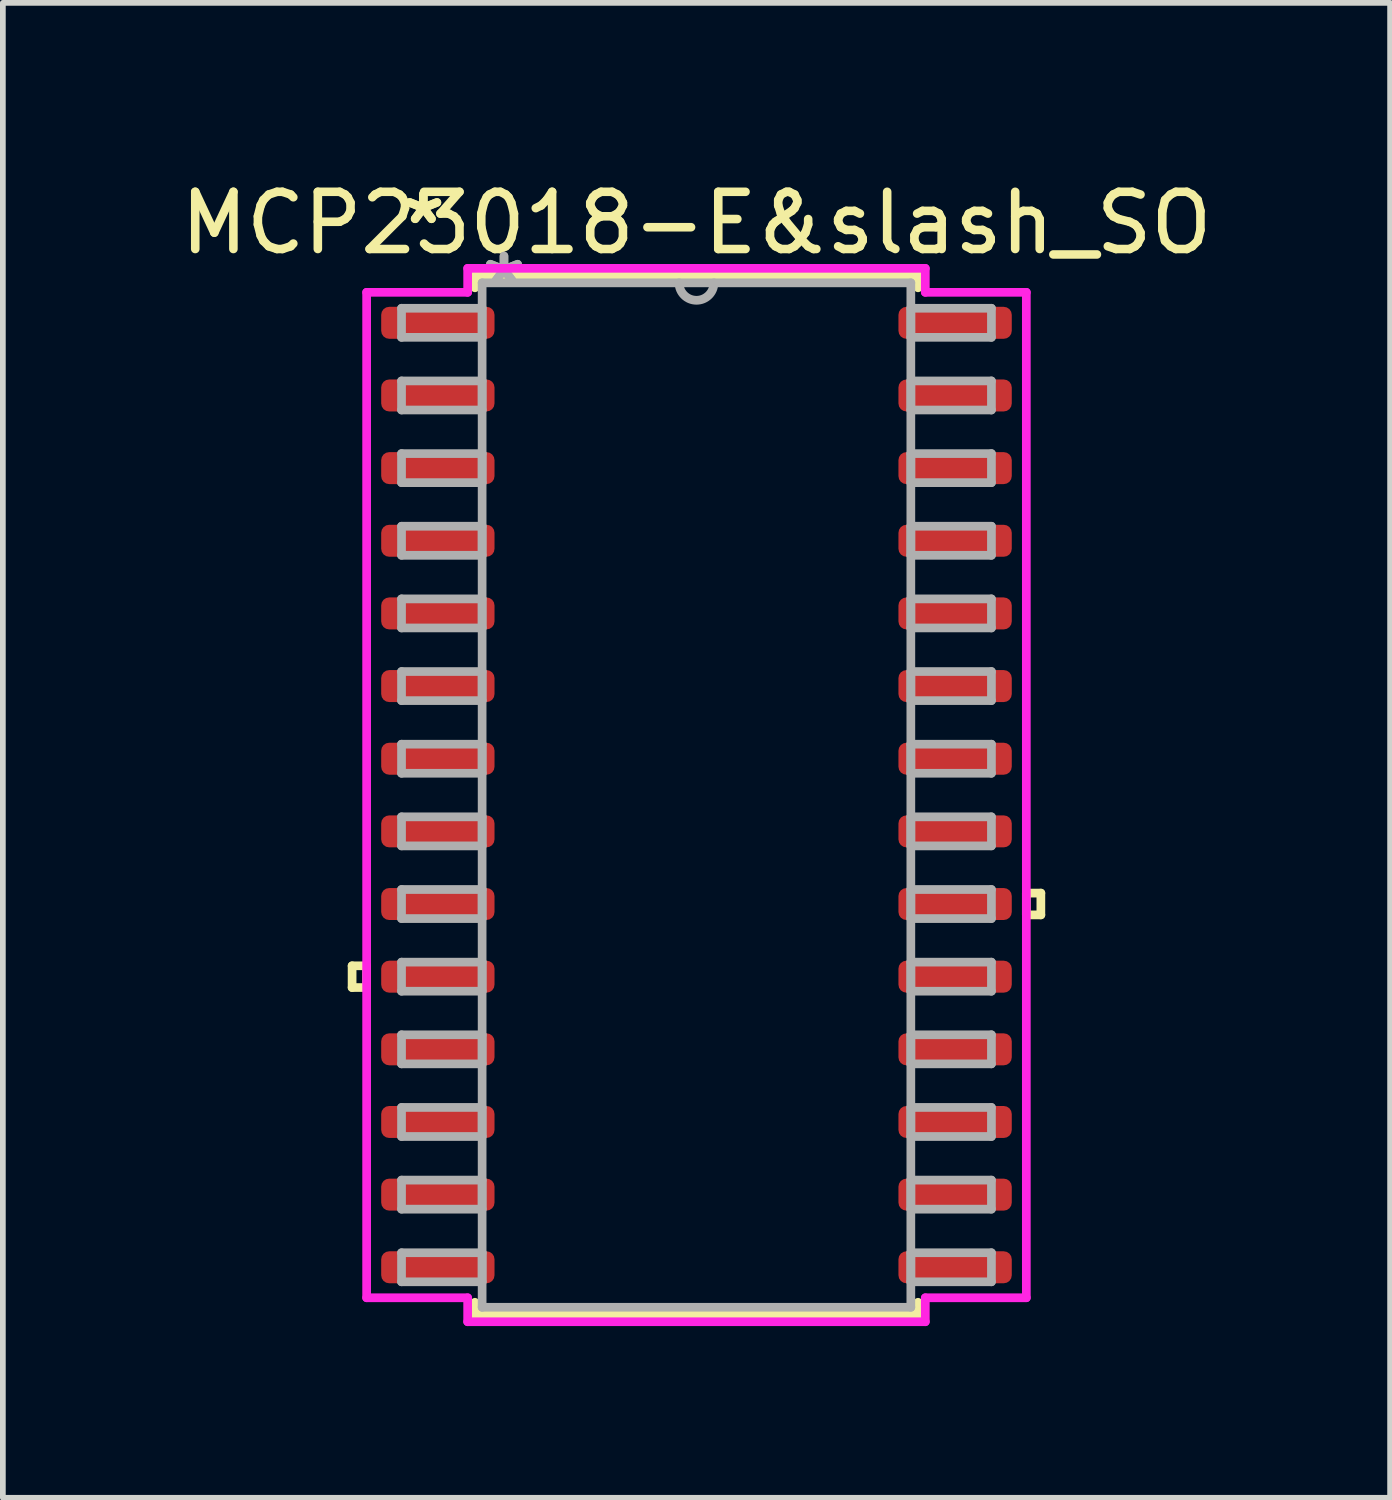
<source format=kicad_pcb>
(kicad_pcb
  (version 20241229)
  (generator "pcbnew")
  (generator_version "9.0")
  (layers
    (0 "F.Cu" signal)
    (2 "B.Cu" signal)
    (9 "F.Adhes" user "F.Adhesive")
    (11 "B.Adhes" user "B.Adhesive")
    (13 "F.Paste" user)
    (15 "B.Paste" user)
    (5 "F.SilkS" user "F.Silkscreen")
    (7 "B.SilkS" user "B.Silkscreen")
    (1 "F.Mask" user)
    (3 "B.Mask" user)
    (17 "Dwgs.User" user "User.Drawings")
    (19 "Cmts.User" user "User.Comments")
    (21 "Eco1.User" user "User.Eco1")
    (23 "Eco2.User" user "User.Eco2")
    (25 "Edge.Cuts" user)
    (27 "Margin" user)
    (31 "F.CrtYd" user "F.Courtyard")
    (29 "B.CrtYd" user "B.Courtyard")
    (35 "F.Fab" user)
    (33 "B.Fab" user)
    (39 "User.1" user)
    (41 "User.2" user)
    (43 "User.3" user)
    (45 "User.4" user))
  (footprint "MCP23018-E&slash_SO"
    (layer "F.Cu")
    (at 9.125 10.848)
    (property "Reference" "MCP23018-E&slash_SO" (at 0 -10 0) (layer "F.SilkS") (effects (font (size 1 1) (thickness 0.15))))
    (attr smd)
    (fp_line (start -6.02 2.985) (end -6.02 3.365) (stroke (width 0.152) (type solid)) (layer "F.SilkS"))
    (fp_line (start -6.02 3.365) (end -5.766 3.365) (stroke (width 0.152) (type solid)) (layer "F.SilkS"))
    (fp_line (start -5.766 2.985) (end -6.02 2.985) (stroke (width 0.152) (type solid)) (layer "F.SilkS"))
    (fp_line (start -5.766 3.365) (end -5.766 2.985) (stroke (width 0.152) (type solid)) (layer "F.SilkS"))
    (fp_line (start -3.873 -9.081) (end -3.873 -8.867) (stroke (width 0.152) (type solid)) (layer "F.SilkS"))
    (fp_line (start -3.873 8.867) (end -3.873 9.081) (stroke (width 0.152) (type solid)) (layer "F.SilkS"))
    (fp_line (start -3.873 9.081) (end 3.873 9.081) (stroke (width 0.152) (type solid)) (layer "F.SilkS"))
    (fp_line (start 3.873 -9.081) (end -3.873 -9.081) (stroke (width 0.152) (type solid)) (layer "F.SilkS"))
    (fp_line (start 3.873 -8.867) (end 3.873 -9.081) (stroke (width 0.152) (type solid)) (layer "F.SilkS"))
    (fp_line (start 3.873 9.081) (end 3.873 8.867) (stroke (width 0.152) (type solid)) (layer "F.SilkS"))
    (fp_line (start 5.766 1.714) (end 6.02 1.714) (stroke (width 0.152) (type solid)) (layer "F.SilkS"))
    (fp_line (start 5.766 2.095) (end 5.766 1.714) (stroke (width 0.152) (type solid)) (layer "F.SilkS"))
    (fp_line (start 6.02 1.714) (end 6.02 2.095) (stroke (width 0.152) (type solid)) (layer "F.SilkS"))
    (fp_line (start 6.02 2.095) (end 5.766 2.095) (stroke (width 0.152) (type solid)) (layer "F.SilkS"))
    (fp_line (start -5.766 -8.788) (end -4 -8.788) (stroke (width 0.152) (type solid)) (layer "F.CrtYd"))
    (fp_line (start -5.766 8.788) (end -5.766 -8.788) (stroke (width 0.152) (type solid)) (layer "F.CrtYd"))
    (fp_line (start -4 -9.207) (end 4 -9.207) (stroke (width 0.152) (type solid)) (layer "F.CrtYd"))
    (fp_line (start -4 -8.788) (end -4 -9.207) (stroke (width 0.152) (type solid)) (layer "F.CrtYd"))
    (fp_line (start -4 8.788) (end -5.766 8.788) (stroke (width 0.152) (type solid)) (layer "F.CrtYd"))
    (fp_line (start -4 9.207) (end -4 8.788) (stroke (width 0.152) (type solid)) (layer "F.CrtYd"))
    (fp_line (start 4 -9.207) (end 4 -8.788) (stroke (width 0.152) (type solid)) (layer "F.CrtYd"))
    (fp_line (start 4 -8.788) (end 5.766 -8.788) (stroke (width 0.152) (type solid)) (layer "F.CrtYd"))
    (fp_line (start 4 8.788) (end 4 9.207) (stroke (width 0.152) (type solid)) (layer "F.CrtYd"))
    (fp_line (start 4 9.207) (end -4 9.207) (stroke (width 0.152) (type solid)) (layer "F.CrtYd"))
    (fp_line (start 5.766 -8.788) (end 5.766 8.788) (stroke (width 0.152) (type solid)) (layer "F.CrtYd"))
    (fp_line (start 5.766 8.788) (end 4 8.788) (stroke (width 0.152) (type solid)) (layer "F.CrtYd"))
    (fp_line (start -5.156 -8.509) (end -5.156 -8.001) (stroke (width 0.152) (type solid)) (layer "F.Fab"))
    (fp_line (start -5.156 -8.001) (end -3.747 -8.001) (stroke (width 0.152) (type solid)) (layer "F.Fab"))
    (fp_line (start -5.156 -7.239) (end -5.156 -6.731) (stroke (width 0.152) (type solid)) (layer "F.Fab"))
    (fp_line (start -5.156 -6.731) (end -3.747 -6.731) (stroke (width 0.152) (type solid)) (layer "F.Fab"))
    (fp_line (start -5.156 -5.969) (end -5.156 -5.461) (stroke (width 0.152) (type solid)) (layer "F.Fab"))
    (fp_line (start -5.156 -5.461) (end -3.747 -5.461) (stroke (width 0.152) (type solid)) (layer "F.Fab"))
    (fp_line (start -5.156 -4.699) (end -5.156 -4.191) (stroke (width 0.152) (type solid)) (layer "F.Fab"))
    (fp_line (start -5.156 -4.191) (end -3.747 -4.191) (stroke (width 0.152) (type solid)) (layer "F.Fab"))
    (fp_line (start -5.156 -3.429) (end -5.156 -2.921) (stroke (width 0.152) (type solid)) (layer "F.Fab"))
    (fp_line (start -5.156 -2.921) (end -3.747 -2.921) (stroke (width 0.152) (type solid)) (layer "F.Fab"))
    (fp_line (start -5.156 -2.159) (end -5.156 -1.651) (stroke (width 0.152) (type solid)) (layer "F.Fab"))
    (fp_line (start -5.156 -1.651) (end -3.747 -1.651) (stroke (width 0.152) (type solid)) (layer "F.Fab"))
    (fp_line (start -5.156 -0.889) (end -5.156 -0.381) (stroke (width 0.152) (type solid)) (layer "F.Fab"))
    (fp_line (start -5.156 -0.381) (end -3.747 -0.381) (stroke (width 0.152) (type solid)) (layer "F.Fab"))
    (fp_line (start -5.156 0.381) (end -5.156 0.889) (stroke (width 0.152) (type solid)) (layer "F.Fab"))
    (fp_line (start -5.156 0.889) (end -3.747 0.889) (stroke (width 0.152) (type solid)) (layer "F.Fab"))
    (fp_line (start -5.156 1.651) (end -5.156 2.159) (stroke (width 0.152) (type solid)) (layer "F.Fab"))
    (fp_line (start -5.156 2.159) (end -3.747 2.159) (stroke (width 0.152) (type solid)) (layer "F.Fab"))
    (fp_line (start -5.156 2.921) (end -5.156 3.429) (stroke (width 0.152) (type solid)) (layer "F.Fab"))
    (fp_line (start -5.156 3.429) (end -3.747 3.429) (stroke (width 0.152) (type solid)) (layer "F.Fab"))
    (fp_line (start -5.156 4.191) (end -5.156 4.699) (stroke (width 0.152) (type solid)) (layer "F.Fab"))
    (fp_line (start -5.156 4.699) (end -3.747 4.699) (stroke (width 0.152) (type solid)) (layer "F.Fab"))
    (fp_line (start -5.156 5.461) (end -5.156 5.969) (stroke (width 0.152) (type solid)) (layer "F.Fab"))
    (fp_line (start -5.156 5.969) (end -3.747 5.969) (stroke (width 0.152) (type solid)) (layer "F.Fab"))
    (fp_line (start -5.156 6.731) (end -5.156 7.239) (stroke (width 0.152) (type solid)) (layer "F.Fab"))
    (fp_line (start -5.156 7.239) (end -3.747 7.239) (stroke (width 0.152) (type solid)) (layer "F.Fab"))
    (fp_line (start -5.156 8.001) (end -5.156 8.509) (stroke (width 0.152) (type solid)) (layer "F.Fab"))
    (fp_line (start -5.156 8.509) (end -3.747 8.509) (stroke (width 0.152) (type solid)) (layer "F.Fab"))
    (fp_line (start -3.747 -8.954) (end -3.747 8.954) (stroke (width 0.152) (type solid)) (layer "F.Fab"))
    (fp_line (start -3.747 -8.509) (end -5.156 -8.509) (stroke (width 0.152) (type solid)) (layer "F.Fab"))
    (fp_line (start -3.747 -8.001) (end -3.747 -8.509) (stroke (width 0.152) (type solid)) (layer "F.Fab"))
    (fp_line (start -3.747 -7.239) (end -5.156 -7.239) (stroke (width 0.152) (type solid)) (layer "F.Fab"))
    (fp_line (start -3.747 -6.731) (end -3.747 -7.239) (stroke (width 0.152) (type solid)) (layer "F.Fab"))
    (fp_line (start -3.747 -5.969) (end -5.156 -5.969) (stroke (width 0.152) (type solid)) (layer "F.Fab"))
    (fp_line (start -3.747 -5.461) (end -3.747 -5.969) (stroke (width 0.152) (type solid)) (layer "F.Fab"))
    (fp_line (start -3.747 -4.699) (end -5.156 -4.699) (stroke (width 0.152) (type solid)) (layer "F.Fab"))
    (fp_line (start -3.747 -4.191) (end -3.747 -4.699) (stroke (width 0.152) (type solid)) (layer "F.Fab"))
    (fp_line (start -3.747 -3.429) (end -5.156 -3.429) (stroke (width 0.152) (type solid)) (layer "F.Fab"))
    (fp_line (start -3.747 -2.921) (end -3.747 -3.429) (stroke (width 0.152) (type solid)) (layer "F.Fab"))
    (fp_line (start -3.747 -2.159) (end -5.156 -2.159) (stroke (width 0.152) (type solid)) (layer "F.Fab"))
    (fp_line (start -3.747 -1.651) (end -3.747 -2.159) (stroke (width 0.152) (type solid)) (layer "F.Fab"))
    (fp_line (start -3.747 -0.889) (end -5.156 -0.889) (stroke (width 0.152) (type solid)) (layer "F.Fab"))
    (fp_line (start -3.747 -0.381) (end -3.747 -0.889) (stroke (width 0.152) (type solid)) (layer "F.Fab"))
    (fp_line (start -3.747 0.381) (end -5.156 0.381) (stroke (width 0.152) (type solid)) (layer "F.Fab"))
    (fp_line (start -3.747 0.889) (end -3.747 0.381) (stroke (width 0.152) (type solid)) (layer "F.Fab"))
    (fp_line (start -3.747 1.651) (end -5.156 1.651) (stroke (width 0.152) (type solid)) (layer "F.Fab"))
    (fp_line (start -3.747 2.159) (end -3.747 1.651) (stroke (width 0.152) (type solid)) (layer "F.Fab"))
    (fp_line (start -3.747 2.921) (end -5.156 2.921) (stroke (width 0.152) (type solid)) (layer "F.Fab"))
    (fp_line (start -3.747 3.429) (end -3.747 2.921) (stroke (width 0.152) (type solid)) (layer "F.Fab"))
    (fp_line (start -3.747 4.191) (end -5.156 4.191) (stroke (width 0.152) (type solid)) (layer "F.Fab"))
    (fp_line (start -3.747 4.699) (end -3.747 4.191) (stroke (width 0.152) (type solid)) (layer "F.Fab"))
    (fp_line (start -3.747 5.461) (end -5.156 5.461) (stroke (width 0.152) (type solid)) (layer "F.Fab"))
    (fp_line (start -3.747 5.969) (end -3.747 5.461) (stroke (width 0.152) (type solid)) (layer "F.Fab"))
    (fp_line (start -3.747 6.731) (end -5.156 6.731) (stroke (width 0.152) (type solid)) (layer "F.Fab"))
    (fp_line (start -3.747 7.239) (end -3.747 6.731) (stroke (width 0.152) (type solid)) (layer "F.Fab"))
    (fp_line (start -3.747 8.001) (end -5.156 8.001) (stroke (width 0.152) (type solid)) (layer "F.Fab"))
    (fp_line (start -3.747 8.509) (end -3.747 8.001) (stroke (width 0.152) (type solid)) (layer "F.Fab"))
    (fp_line (start -3.747 8.954) (end 3.747 8.954) (stroke (width 0.152) (type solid)) (layer "F.Fab"))
    (fp_line (start 3.747 -8.954) (end -3.747 -8.954) (stroke (width 0.152) (type solid)) (layer "F.Fab"))
    (fp_line (start 3.747 -8.509) (end 3.747 -8.001) (stroke (width 0.152) (type solid)) (layer "F.Fab"))
    (fp_line (start 3.747 -8.001) (end 5.156 -8.001) (stroke (width 0.152) (type solid)) (layer "F.Fab"))
    (fp_line (start 3.747 -7.239) (end 3.747 -6.731) (stroke (width 0.152) (type solid)) (layer "F.Fab"))
    (fp_line (start 3.747 -6.731) (end 5.156 -6.731) (stroke (width 0.152) (type solid)) (layer "F.Fab"))
    (fp_line (start 3.747 -5.969) (end 3.747 -5.461) (stroke (width 0.152) (type solid)) (layer "F.Fab"))
    (fp_line (start 3.747 -5.461) (end 5.156 -5.461) (stroke (width 0.152) (type solid)) (layer "F.Fab"))
    (fp_line (start 3.747 -4.699) (end 3.747 -4.191) (stroke (width 0.152) (type solid)) (layer "F.Fab"))
    (fp_line (start 3.747 -4.191) (end 5.156 -4.191) (stroke (width 0.152) (type solid)) (layer "F.Fab"))
    (fp_line (start 3.747 -3.429) (end 3.747 -2.921) (stroke (width 0.152) (type solid)) (layer "F.Fab"))
    (fp_line (start 3.747 -2.921) (end 5.156 -2.921) (stroke (width 0.152) (type solid)) (layer "F.Fab"))
    (fp_line (start 3.747 -2.159) (end 3.747 -1.651) (stroke (width 0.152) (type solid)) (layer "F.Fab"))
    (fp_line (start 3.747 -1.651) (end 5.156 -1.651) (stroke (width 0.152) (type solid)) (layer "F.Fab"))
    (fp_line (start 3.747 -0.889) (end 3.747 -0.381) (stroke (width 0.152) (type solid)) (layer "F.Fab"))
    (fp_line (start 3.747 -0.381) (end 5.156 -0.381) (stroke (width 0.152) (type solid)) (layer "F.Fab"))
    (fp_line (start 3.747 0.381) (end 3.747 0.889) (stroke (width 0.152) (type solid)) (layer "F.Fab"))
    (fp_line (start 3.747 0.889) (end 5.156 0.889) (stroke (width 0.152) (type solid)) (layer "F.Fab"))
    (fp_line (start 3.747 1.651) (end 3.747 2.159) (stroke (width 0.152) (type solid)) (layer "F.Fab"))
    (fp_line (start 3.747 2.159) (end 5.156 2.159) (stroke (width 0.152) (type solid)) (layer "F.Fab"))
    (fp_line (start 3.747 2.921) (end 3.747 3.429) (stroke (width 0.152) (type solid)) (layer "F.Fab"))
    (fp_line (start 3.747 3.429) (end 5.156 3.429) (stroke (width 0.152) (type solid)) (layer "F.Fab"))
    (fp_line (start 3.747 4.191) (end 3.747 4.699) (stroke (width 0.152) (type solid)) (layer "F.Fab"))
    (fp_line (start 3.747 4.699) (end 5.156 4.699) (stroke (width 0.152) (type solid)) (layer "F.Fab"))
    (fp_line (start 3.747 5.461) (end 3.747 5.969) (stroke (width 0.152) (type solid)) (layer "F.Fab"))
    (fp_line (start 3.747 5.969) (end 5.156 5.969) (stroke (width 0.152) (type solid)) (layer "F.Fab"))
    (fp_line (start 3.747 6.731) (end 3.747 7.239) (stroke (width 0.152) (type solid)) (layer "F.Fab"))
    (fp_line (start 3.747 7.239) (end 5.156 7.239) (stroke (width 0.152) (type solid)) (layer "F.Fab"))
    (fp_line (start 3.747 8.001) (end 3.747 8.509) (stroke (width 0.152) (type solid)) (layer "F.Fab"))
    (fp_line (start 3.747 8.509) (end 5.156 8.509) (stroke (width 0.152) (type solid)) (layer "F.Fab"))
    (fp_line (start 3.747 8.954) (end 3.747 -8.954) (stroke (width 0.152) (type solid)) (layer "F.Fab"))
    (fp_line (start 5.156 -8.509) (end 3.747 -8.509) (stroke (width 0.152) (type solid)) (layer "F.Fab"))
    (fp_line (start 5.156 -8.001) (end 5.156 -8.509) (stroke (width 0.152) (type solid)) (layer "F.Fab"))
    (fp_line (start 5.156 -7.239) (end 3.747 -7.239) (stroke (width 0.152) (type solid)) (layer "F.Fab"))
    (fp_line (start 5.156 -6.731) (end 5.156 -7.239) (stroke (width 0.152) (type solid)) (layer "F.Fab"))
    (fp_line (start 5.156 -5.969) (end 3.747 -5.969) (stroke (width 0.152) (type solid)) (layer "F.Fab"))
    (fp_line (start 5.156 -5.461) (end 5.156 -5.969) (stroke (width 0.152) (type solid)) (layer "F.Fab"))
    (fp_line (start 5.156 -4.699) (end 3.747 -4.699) (stroke (width 0.152) (type solid)) (layer "F.Fab"))
    (fp_line (start 5.156 -4.191) (end 5.156 -4.699) (stroke (width 0.152) (type solid)) (layer "F.Fab"))
    (fp_line (start 5.156 -3.429) (end 3.747 -3.429) (stroke (width 0.152) (type solid)) (layer "F.Fab"))
    (fp_line (start 5.156 -2.921) (end 5.156 -3.429) (stroke (width 0.152) (type solid)) (layer "F.Fab"))
    (fp_line (start 5.156 -2.159) (end 3.747 -2.159) (stroke (width 0.152) (type solid)) (layer "F.Fab"))
    (fp_line (start 5.156 -1.651) (end 5.156 -2.159) (stroke (width 0.152) (type solid)) (layer "F.Fab"))
    (fp_line (start 5.156 -0.889) (end 3.747 -0.889) (stroke (width 0.152) (type solid)) (layer "F.Fab"))
    (fp_line (start 5.156 -0.381) (end 5.156 -0.889) (stroke (width 0.152) (type solid)) (layer "F.Fab"))
    (fp_line (start 5.156 0.381) (end 3.747 0.381) (stroke (width 0.152) (type solid)) (layer "F.Fab"))
    (fp_line (start 5.156 0.889) (end 5.156 0.381) (stroke (width 0.152) (type solid)) (layer "F.Fab"))
    (fp_line (start 5.156 1.651) (end 3.747 1.651) (stroke (width 0.152) (type solid)) (layer "F.Fab"))
    (fp_line (start 5.156 2.159) (end 5.156 1.651) (stroke (width 0.152) (type solid)) (layer "F.Fab"))
    (fp_line (start 5.156 2.921) (end 3.747 2.921) (stroke (width 0.152) (type solid)) (layer "F.Fab"))
    (fp_line (start 5.156 3.429) (end 5.156 2.921) (stroke (width 0.152) (type solid)) (layer "F.Fab"))
    (fp_line (start 5.156 4.191) (end 3.747 4.191) (stroke (width 0.152) (type solid)) (layer "F.Fab"))
    (fp_line (start 5.156 4.699) (end 5.156 4.191) (stroke (width 0.152) (type solid)) (layer "F.Fab"))
    (fp_line (start 5.156 5.461) (end 3.747 5.461) (stroke (width 0.152) (type solid)) (layer "F.Fab"))
    (fp_line (start 5.156 5.969) (end 5.156 5.461) (stroke (width 0.152) (type solid)) (layer "F.Fab"))
    (fp_line (start 5.156 6.731) (end 3.747 6.731) (stroke (width 0.152) (type solid)) (layer "F.Fab"))
    (fp_line (start 5.156 7.239) (end 5.156 6.731) (stroke (width 0.152) (type solid)) (layer "F.Fab"))
    (fp_line (start 5.156 8.001) (end 3.747 8.001) (stroke (width 0.152) (type solid)) (layer "F.Fab"))
    (fp_line (start 5.156 8.509) (end 5.156 8.001) (stroke (width 0.152) (type solid)) (layer "F.Fab"))
    (fp_arc (start 0.3048 -8.9535) (mid 0 -8.6487) (end -0.3048 -8.9535) (stroke (width 0.1524) (type solid)) (layer "F.Fab"))
    (fp_text user "*" (at -4.775 -9.957 0) (layer "F.SilkS") (effects (font (size 1 1) (thickness 0.15))))
    (fp_text user "*" (at -4.775 -9.957 0) (layer "F.SilkS") (effects (font (size 1 1) (thickness 0.15))))
    (fp_text user "*" (at -3.365 -8.877 0) (layer "F.Fab") (effects (font (size 1 1) (thickness 0.15))))
    (fp_text user "*" (at -3.365 -8.877 0) (layer "F.Fab") (effects (font (size 1 1) (thickness 0.15))))
    (pad "1" smd roundrect (at -4.521 -8.255) (size 1.981 0.559) (layers "F.Cu" "F.Mask" "F.Paste") (roundrect_rratio 0.25))
    (pad "2" smd roundrect (at -4.521 -6.985) (size 1.981 0.559) (layers "F.Cu" "F.Mask" "F.Paste") (roundrect_rratio 0.25))
    (pad "3" smd roundrect (at -4.521 -5.715) (size 1.981 0.559) (layers "F.Cu" "F.Mask" "F.Paste") (roundrect_rratio 0.25))
    (pad "4" smd roundrect (at -4.521 -4.445) (size 1.981 0.559) (layers "F.Cu" "F.Mask" "F.Paste") (roundrect_rratio 0.25))
    (pad "5" smd roundrect (at -4.521 -3.175) (size 1.981 0.559) (layers "F.Cu" "F.Mask" "F.Paste") (roundrect_rratio 0.25))
    (pad "6" smd roundrect (at -4.521 -1.905) (size 1.981 0.559) (layers "F.Cu" "F.Mask" "F.Paste") (roundrect_rratio 0.25))
    (pad "7" smd roundrect (at -4.521 -0.635) (size 1.981 0.559) (layers "F.Cu" "F.Mask" "F.Paste") (roundrect_rratio 0.25))
    (pad "8" smd roundrect (at -4.521 0.635) (size 1.981 0.559) (layers "F.Cu" "F.Mask" "F.Paste") (roundrect_rratio 0.25))
    (pad "9" smd roundrect (at -4.521 1.905) (size 1.981 0.559) (layers "F.Cu" "F.Mask" "F.Paste") (roundrect_rratio 0.25))
    (pad "10" smd roundrect (at -4.521 3.175) (size 1.981 0.559) (layers "F.Cu" "F.Mask" "F.Paste") (roundrect_rratio 0.25))
    (pad "11" smd roundrect (at -4.521 4.445) (size 1.981 0.559) (layers "F.Cu" "F.Mask" "F.Paste") (roundrect_rratio 0.25))
    (pad "12" smd roundrect (at -4.521 5.715) (size 1.981 0.559) (layers "F.Cu" "F.Mask" "F.Paste") (roundrect_rratio 0.25))
    (pad "13" smd roundrect (at -4.521 6.985) (size 1.981 0.559) (layers "F.Cu" "F.Mask" "F.Paste") (roundrect_rratio 0.25))
    (pad "14" smd roundrect (at -4.521 8.255) (size 1.981 0.559) (layers "F.Cu" "F.Mask" "F.Paste") (roundrect_rratio 0.25))
    (pad "15" smd roundrect (at 4.521 8.255) (size 1.981 0.559) (layers "F.Cu" "F.Mask" "F.Paste") (roundrect_rratio 0.25))
    (pad "16" smd roundrect (at 4.521 6.985) (size 1.981 0.559) (layers "F.Cu" "F.Mask" "F.Paste") (roundrect_rratio 0.25))
    (pad "17" smd roundrect (at 4.521 5.715) (size 1.981 0.559) (layers "F.Cu" "F.Mask" "F.Paste") (roundrect_rratio 0.25))
    (pad "18" smd roundrect (at 4.521 4.445) (size 1.981 0.559) (layers "F.Cu" "F.Mask" "F.Paste") (roundrect_rratio 0.25))
    (pad "19" smd roundrect (at 4.521 3.175) (size 1.981 0.559) (layers "F.Cu" "F.Mask" "F.Paste") (roundrect_rratio 0.25))
    (pad "20" smd roundrect (at 4.521 1.905) (size 1.981 0.559) (layers "F.Cu" "F.Mask" "F.Paste") (roundrect_rratio 0.25))
    (pad "21" smd roundrect (at 4.521 0.635) (size 1.981 0.559) (layers "F.Cu" "F.Mask" "F.Paste") (roundrect_rratio 0.25))
    (pad "22" smd roundrect (at 4.521 -0.635) (size 1.981 0.559) (layers "F.Cu" "F.Mask" "F.Paste") (roundrect_rratio 0.25))
    (pad "23" smd roundrect (at 4.521 -1.905) (size 1.981 0.559) (layers "F.Cu" "F.Mask" "F.Paste") (roundrect_rratio 0.25))
    (pad "24" smd roundrect (at 4.521 -3.175) (size 1.981 0.559) (layers "F.Cu" "F.Mask" "F.Paste") (roundrect_rratio 0.25))
    (pad "25" smd roundrect (at 4.521 -4.445) (size 1.981 0.559) (layers "F.Cu" "F.Mask" "F.Paste") (roundrect_rratio 0.25))
    (pad "26" smd roundrect (at 4.521 -5.715) (size 1.981 0.559) (layers "F.Cu" "F.Mask" "F.Paste") (roundrect_rratio 0.25))
    (pad "27" smd roundrect (at 4.521 -6.985) (size 1.981 0.559) (layers "F.Cu" "F.Mask" "F.Paste") (roundrect_rratio 0.25))
    (pad "28" smd roundrect (at 4.521 -8.255) (size 1.981 0.559) (layers "F.Cu" "F.Mask" "F.Paste") (roundrect_rratio 0.25)))
  (gr_rect
    (start -3 -3)
    (end 21.25 23.132)
    (stroke (width 0.1) (type default))
    (fill no)
    (layer "Edge.Cuts")))
</source>
